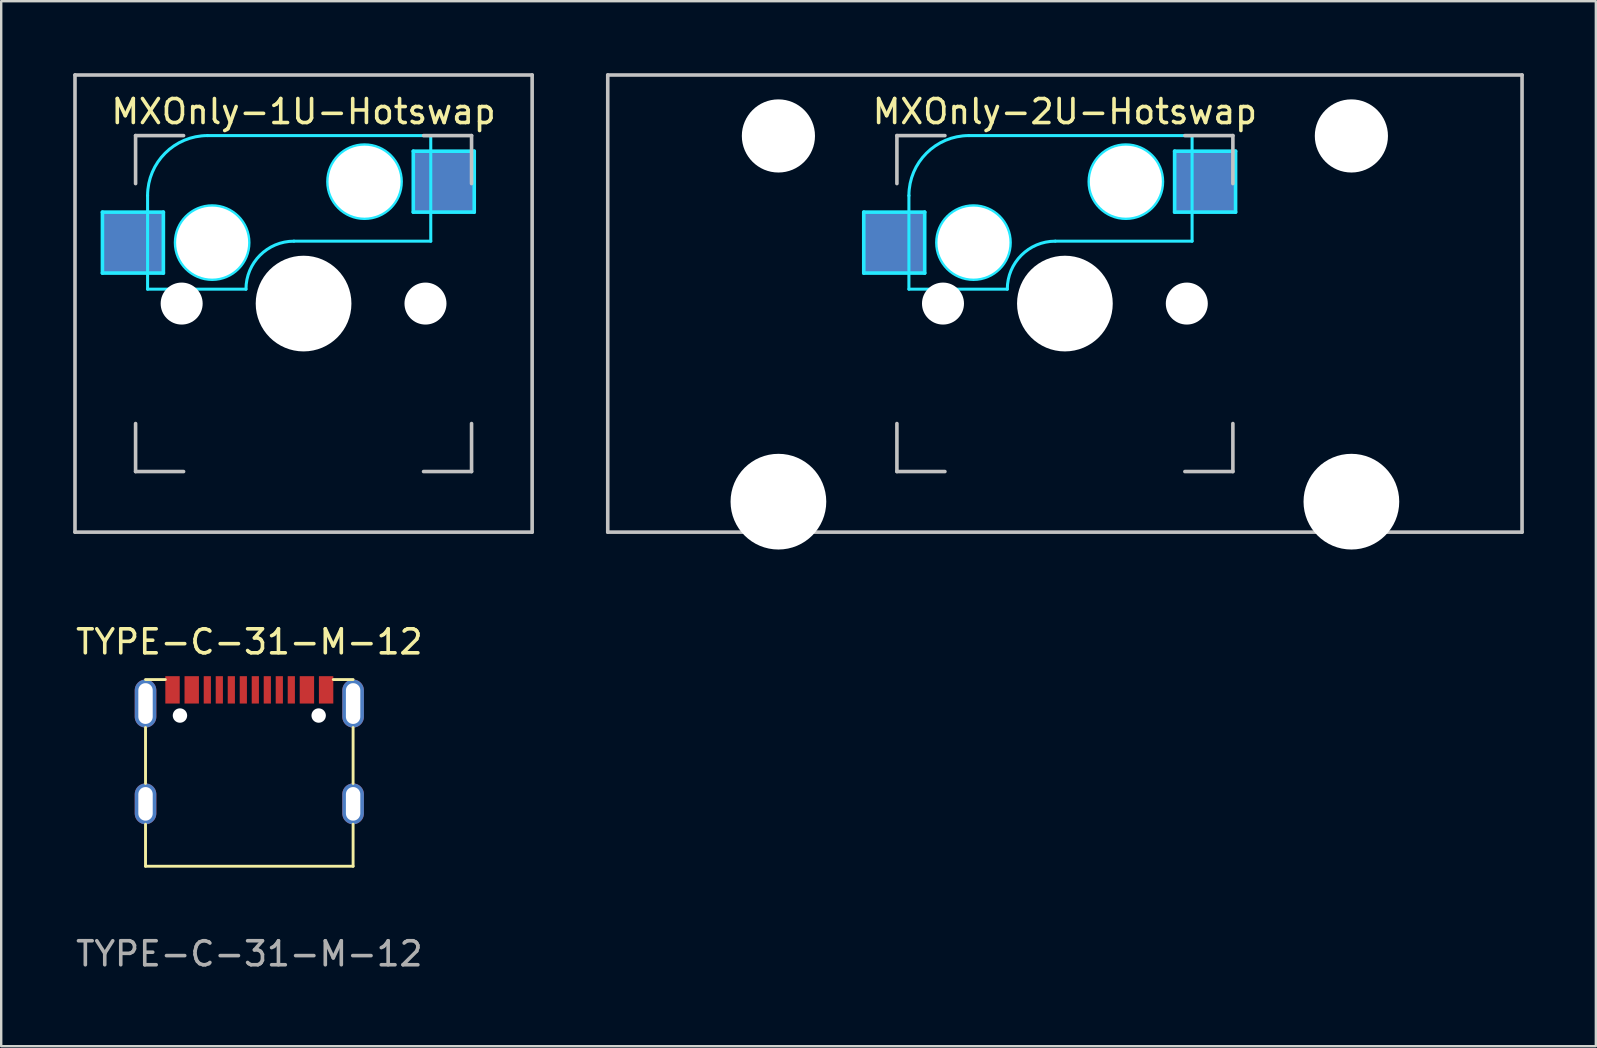
<source format=kicad_pcb>
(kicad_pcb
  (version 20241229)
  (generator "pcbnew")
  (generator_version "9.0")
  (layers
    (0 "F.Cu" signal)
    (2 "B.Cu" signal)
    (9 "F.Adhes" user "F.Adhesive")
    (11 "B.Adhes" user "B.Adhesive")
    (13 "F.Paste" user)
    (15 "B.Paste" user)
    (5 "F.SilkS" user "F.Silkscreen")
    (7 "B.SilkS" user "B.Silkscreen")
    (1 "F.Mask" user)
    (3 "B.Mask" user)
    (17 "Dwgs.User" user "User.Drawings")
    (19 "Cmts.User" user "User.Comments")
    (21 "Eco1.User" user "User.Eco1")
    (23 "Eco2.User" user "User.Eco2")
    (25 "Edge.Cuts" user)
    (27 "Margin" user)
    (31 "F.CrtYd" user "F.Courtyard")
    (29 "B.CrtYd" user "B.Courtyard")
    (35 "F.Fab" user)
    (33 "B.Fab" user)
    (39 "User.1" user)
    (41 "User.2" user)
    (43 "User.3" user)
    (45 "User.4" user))
  (footprint "MXOnly-2U-Hotswap"
    (layer "F.Cu")
    (at 34.24 7.06)
    (property "Reference" "MXOnly-2U-Hotswap" (at 7.085 -5.46 0) (unlocked yes) (layer "F.SilkS") (effects (font (size 1 1) (thickness 0.15))))
    (attr smd)
    (fp_line (start -11.965 -6.985) (end 26.135 -6.985) (stroke (width 0.15) (type solid)) (layer "Dwgs.User"))
    (fp_line (start -11.965 12.065) (end -11.965 -6.985) (stroke (width 0.15) (type solid)) (layer "Dwgs.User"))
    (fp_line (start 0.085 -4.46) (end 0.085 -2.46) (stroke (width 0.15) (type solid)) (layer "Dwgs.User"))
    (fp_line (start 0.085 7.54) (end 0.085 9.54) (stroke (width 0.15) (type solid)) (layer "Dwgs.User"))
    (fp_line (start 0.085 9.54) (end 2.085 9.54) (stroke (width 0.15) (type solid)) (layer "Dwgs.User"))
    (fp_line (start 2.085 -4.46) (end 0.085 -4.46) (stroke (width 0.15) (type solid)) (layer "Dwgs.User"))
    (fp_line (start 12.085 -4.46) (end 14.085 -4.46) (stroke (width 0.15) (type solid)) (layer "Dwgs.User"))
    (fp_line (start 12.085 9.54) (end 14.085 9.54) (stroke (width 0.15) (type solid)) (layer "Dwgs.User"))
    (fp_line (start 14.085 -4.46) (end 14.085 -2.46) (stroke (width 0.15) (type solid)) (layer "Dwgs.User"))
    (fp_line (start 14.085 9.54) (end 14.085 7.54) (stroke (width 0.15) (type solid)) (layer "Dwgs.User"))
    (fp_line (start 26.135 -6.985) (end 26.135 12.065) (stroke (width 0.15) (type solid)) (layer "Dwgs.User"))
    (fp_line (start 26.135 12.065) (end -11.965 12.065) (stroke (width 0.15) (type solid)) (layer "Dwgs.User"))
    (fp_line (start -1.297 -1.27) (end 1.243 -1.27) (stroke (width 0.15) (type solid)) (layer "B.CrtYd"))
    (fp_line (start -1.297 1.27) (end -1.297 -1.27) (stroke (width 0.15) (type solid)) (layer "B.CrtYd"))
    (fp_line (start 0.585 -1.96) (end 0.585 1.94) (stroke (width 0.127) (type solid)) (layer "B.CrtYd"))
    (fp_line (start 0.585 1.94) (end 4.685 1.94) (stroke (width 0.127) (type solid)) (layer "B.CrtYd"))
    (fp_line (start 1.243 -1.27) (end 1.243 1.27) (stroke (width 0.15) (type solid)) (layer "B.CrtYd"))
    (fp_line (start 1.243 1.27) (end -1.297 1.27) (stroke (width 0.15) (type solid)) (layer "B.CrtYd"))
    (fp_line (start 6.685 -0.06) (end 12.385 -0.06) (stroke (width 0.127) (type solid)) (layer "B.CrtYd"))
    (fp_line (start 11.657 -3.81) (end 14.197 -3.81) (stroke (width 0.15) (type solid)) (layer "B.CrtYd"))
    (fp_line (start 11.657 -1.27) (end 11.657 -3.81) (stroke (width 0.15) (type solid)) (layer "B.CrtYd"))
    (fp_line (start 12.385 -4.46) (end 3.085 -4.46) (stroke (width 0.127) (type solid)) (layer "B.CrtYd"))
    (fp_line (start 12.385 -4.46) (end 12.385 -0.06) (stroke (width 0.127) (type solid)) (layer "B.CrtYd"))
    (fp_line (start 14.197 -3.81) (end 14.197 -1.27) (stroke (width 0.15) (type solid)) (layer "B.CrtYd"))
    (fp_line (start 14.197 -1.27) (end 11.657 -1.27) (stroke (width 0.15) (type solid)) (layer "B.CrtYd"))
    (fp_arc (start 0.585 -1.96) (mid 1.317233 -3.727767) (end 3.085 -4.46) (stroke (width 0.127) (type solid)) (layer "B.CrtYd"))
    (fp_arc (start 4.685 1.94) (mid 5.270786 0.525786) (end 6.685 -0.06) (stroke (width 0.127) (type solid)) (layer "B.CrtYd"))
    (fp_circle (center 3.275 0) (end 3.275 -1.524) (stroke (width 0.15) (type solid)) (fill no) (layer "B.CrtYd"))
    (fp_circle (center 9.625 -2.54) (end 9.625 -4.064) (stroke (width 0.15) (type solid)) (fill no) (layer "B.CrtYd"))
    (pad "" np_thru_hole circle (at -4.853 -4.445) (size 3.048 3.048) (drill 3.048) (layers "*.Cu" "*.Mask"))
    (pad "" np_thru_hole circle (at -4.853 10.795) (size 3.988 3.988) (drill 3.988) (layers "*.Cu" "*.Mask"))
    (pad "" np_thru_hole circle (at 2.005 2.54 48.1) (size 1.75 1.75) (drill 1.75) (layers "*.Cu" "*.Mask"))
    (pad "" np_thru_hole circle (at 3.275 0) (size 3 3) (drill 3) (layers "*.Cu" "*.Mask"))
    (pad "" np_thru_hole circle (at 7.085 2.54) (size 3.988 3.988) (drill 3.988) (layers "*.Cu" "*.Mask"))
    (pad "" np_thru_hole circle (at 9.625 -2.54) (size 3 3) (drill 3) (layers "*.Cu" "*.Mask"))
    (pad "" np_thru_hole circle (at 12.165 2.54 48.1) (size 1.75 1.75) (drill 1.75) (layers "*.Cu" "*.Mask"))
    (pad "" np_thru_hole circle (at 19.023 -4.445) (size 3.048 3.048) (drill 3.048) (layers "*.Cu" "*.Mask"))
    (pad "" np_thru_hole circle (at 19.023 10.795) (size 3.988 3.988) (drill 3.988) (layers "*.Cu" "*.Mask"))
    (pad "1" smd rect (at 0 0) (size 2.55 2.5) (layers "B.Cu" "B.Mask" "B.Paste"))
    (pad "2" smd rect (at 12.927 -2.54) (size 2.55 2.5) (layers "B.Cu" "B.Mask" "B.Paste")))
  (footprint "TYPE-C-31-M-12"
    (layer "F.Cu")
    (at 7.339 25.697)
    (property "Reference" "TYPE-C-31-M-12" (at 0 -2 0) (unlocked yes) (layer "F.SilkS") (effects (font (size 1 1) (thickness 0.15))))
    (attr smd)
    (fp_line (start -4.325 -0.43) (end -3.5 -0.43) (stroke (width 0.12) (type solid)) (layer "F.SilkS"))
    (fp_line (start -4.325 1.57) (end -4.325 3.9) (stroke (width 0.12) (type solid)) (layer "F.SilkS"))
    (fp_line (start -4.325 5.6) (end -4.325 7.35) (stroke (width 0.12) (type solid)) (layer "F.SilkS"))
    (fp_line (start -4.325 7.35) (end 4.325 7.35) (stroke (width 0.12) (type solid)) (layer "F.SilkS"))
    (fp_line (start 4.325 -0.43) (end 3.5 -0.43) (stroke (width 0.12) (type solid)) (layer "F.SilkS"))
    (fp_line (start 4.325 1.57) (end 4.325 3.9) (stroke (width 0.12) (type solid)) (layer "F.SilkS"))
    (fp_line (start 4.325 7.35) (end 4.325 5.6) (stroke (width 0.12) (type solid)) (layer "F.SilkS"))
    (fp_text user "${REFERENCE}" (at 0 11 0) (unlocked yes) (layer "F.Fab") (effects (font (size 1 1) (thickness 0.15))))
    (pad "" np_thru_hole circle (at -2.89 1.07) (size 0.6 0.6) (drill 0.6) (layers "*.Cu" "*.Mask"))
    (pad "" np_thru_hole circle (at 2.89 1.07) (size 0.6 0.6) (drill 0.6) (layers "*.Cu" "*.Mask"))
    (pad "A1/B12" smd rect (at -3.2 0 180) (size 0.6 1.14) (layers "F.Cu" "F.Mask" "F.Paste"))
    (pad "A4/B9" smd rect (at -2.4 0 180) (size 0.6 1.14) (layers "F.Cu" "F.Mask" "F.Paste"))
    (pad "A5" smd rect (at -1.25 0 180) (size 0.3 1.14) (layers "F.Cu" "F.Mask" "F.Paste"))
    (pad "A6" smd rect (at -0.25 0 180) (size 0.3 1.14) (layers "F.Cu" "F.Mask" "F.Paste"))
    (pad "A7" smd rect (at 0.25 0 180) (size 0.3 1.14) (layers "F.Cu" "F.Mask" "F.Paste"))
    (pad "A8" smd rect (at 1.25 0 180) (size 0.3 1.14) (layers "F.Cu" "F.Mask" "F.Paste"))
    (pad "B1/A12" smd rect (at 3.2 0 180) (size 0.6 1.14) (layers "F.Cu" "F.Mask" "F.Paste"))
    (pad "B4" smd rect (at 1.75 0 180) (size 0.3 1.14) (layers "F.Cu" "F.Mask" "F.Paste"))
    (pad "B4/A9" smd rect (at 2.4 0 180) (size 0.6 1.14) (layers "F.Cu" "F.Mask" "F.Paste"))
    (pad "B6" smd rect (at 0.75 0 180) (size 0.3 1.14) (layers "F.Cu" "F.Mask" "F.Paste"))
    (pad "B7" smd rect (at -0.75 0 180) (size 0.3 1.14) (layers "F.Cu" "F.Mask" "F.Paste"))
    (pad "B8" smd rect (at -1.75 0 180) (size 0.3 1.14) (layers "F.Cu" "F.Mask" "F.Paste"))
    (pad "MP" thru_hole oval (at -4.325 0.57) (size 0.9 2) (drill oval 0.6 1.7) (layers "*.Cu" "*.Mask"))
    (pad "MP" thru_hole oval (at -4.325 4.75) (size 0.9 1.7) (drill oval 0.6 1.4) (layers "*.Cu" "*.Mask"))
    (pad "MP" thru_hole oval (at 4.325 0.57) (size 0.9 2) (drill oval 0.6 1.7) (layers "*.Cu" "*.Mask"))
    (pad "MP" thru_hole oval (at 4.325 4.75) (size 0.9 1.7) (drill oval 0.6 1.4) (layers "*.Cu" "*.Mask")))
  (footprint "MXOnly-1U-Hotswap"
    (layer "F.Cu")
    (at 2.485 7.06)
    (property "Reference" "MXOnly-1U-Hotswap" (at 7.115 -5.46 0) (unlocked yes) (layer "F.SilkS") (effects (font (size 1 1) (thickness 0.15))))
    (attr through_hole)
    (fp_line (start -2.41 -6.985) (end 16.64 -6.985) (stroke (width 0.15) (type solid)) (layer "Dwgs.User"))
    (fp_line (start -2.41 12.065) (end -2.41 -6.985) (stroke (width 0.15) (type solid)) (layer "Dwgs.User"))
    (fp_line (start 0.115 -4.46) (end 0.115 -2.46) (stroke (width 0.15) (type solid)) (layer "Dwgs.User"))
    (fp_line (start 0.115 7.54) (end 0.115 9.54) (stroke (width 0.15) (type solid)) (layer "Dwgs.User"))
    (fp_line (start 0.115 9.54) (end 2.115 9.54) (stroke (width 0.15) (type solid)) (layer "Dwgs.User"))
    (fp_line (start 2.115 -4.46) (end 0.115 -4.46) (stroke (width 0.15) (type solid)) (layer "Dwgs.User"))
    (fp_line (start 12.115 -4.46) (end 14.115 -4.46) (stroke (width 0.15) (type solid)) (layer "Dwgs.User"))
    (fp_line (start 12.115 9.54) (end 14.115 9.54) (stroke (width 0.15) (type solid)) (layer "Dwgs.User"))
    (fp_line (start 14.115 -4.46) (end 14.115 -2.46) (stroke (width 0.15) (type solid)) (layer "Dwgs.User"))
    (fp_line (start 14.115 9.54) (end 14.115 7.54) (stroke (width 0.15) (type solid)) (layer "Dwgs.User"))
    (fp_line (start 16.64 -6.985) (end 16.64 12.065) (stroke (width 0.15) (type solid)) (layer "Dwgs.User"))
    (fp_line (start 16.64 12.065) (end -2.41 12.065) (stroke (width 0.15) (type solid)) (layer "Dwgs.User"))
    (fp_line (start -1.267 -1.27) (end -1.267 1.27) (stroke (width 0.15) (type solid)) (layer "B.CrtYd"))
    (fp_line (start -1.267 1.27) (end 1.273 1.27) (stroke (width 0.15) (type solid)) (layer "B.CrtYd"))
    (fp_line (start 0.615 -1.96) (end 0.615 1.94) (stroke (width 0.127) (type solid)) (layer "B.CrtYd"))
    (fp_line (start 0.615 1.94) (end 4.715 1.94) (stroke (width 0.127) (type solid)) (layer "B.CrtYd"))
    (fp_line (start 1.273 -1.27) (end -1.267 -1.27) (stroke (width 0.15) (type solid)) (layer "B.CrtYd"))
    (fp_line (start 1.273 1.27) (end 1.273 -1.27) (stroke (width 0.15) (type solid)) (layer "B.CrtYd"))
    (fp_line (start 6.715 -0.06) (end 12.415 -0.06) (stroke (width 0.127) (type solid)) (layer "B.CrtYd"))
    (fp_line (start 11.687 -3.81) (end 14.227 -3.81) (stroke (width 0.15) (type solid)) (layer "B.CrtYd"))
    (fp_line (start 11.687 -1.27) (end 11.687 -3.81) (stroke (width 0.15) (type solid)) (layer "B.CrtYd"))
    (fp_line (start 12.415 -4.46) (end 3.115 -4.46) (stroke (width 0.127) (type solid)) (layer "B.CrtYd"))
    (fp_line (start 12.415 -4.46) (end 12.415 -0.06) (stroke (width 0.127) (type solid)) (layer "B.CrtYd"))
    (fp_line (start 14.227 -3.81) (end 14.227 -1.27) (stroke (width 0.15) (type solid)) (layer "B.CrtYd"))
    (fp_line (start 14.227 -1.27) (end 11.687 -1.27) (stroke (width 0.15) (type solid)) (layer "B.CrtYd"))
    (fp_arc (start 0.615 -1.96) (mid 1.347233 -3.727767) (end 3.115 -4.46) (stroke (width 0.127) (type solid)) (layer "B.CrtYd"))
    (fp_arc (start 4.715 1.94) (mid 5.300786 0.525786) (end 6.715 -0.06) (stroke (width 0.127) (type solid)) (layer "B.CrtYd"))
    (fp_circle (center 3.305 0) (end 3.305 -1.524) (stroke (width 0.15) (type solid)) (fill no) (layer "B.CrtYd"))
    (fp_circle (center 9.655 -2.54) (end 9.655 -4.064) (stroke (width 0.15) (type solid)) (fill no) (layer "B.CrtYd"))
    (pad "" np_thru_hole circle (at 2.035 2.54 48.1) (size 1.75 1.75) (drill 1.75) (layers "*.Cu" "*.Mask"))
    (pad "" np_thru_hole circle (at 3.305 0) (size 3 3) (drill 3) (layers "*.Cu" "*.Mask"))
    (pad "" np_thru_hole circle (at 7.115 2.54) (size 3.988 3.988) (drill 3.988) (layers "*.Cu" "*.Mask"))
    (pad "" np_thru_hole circle (at 9.655 -2.54) (size 3 3) (drill 3) (layers "*.Cu" "*.Mask"))
    (pad "" np_thru_hole circle (at 12.195 2.54 48.1) (size 1.75 1.75) (drill 1.75) (layers "*.Cu" "*.Mask"))
    (pad "1" smd rect (at 0.03 0) (size 2.55 2.5) (layers "B.Cu" "B.Mask" "B.Paste"))
    (pad "2" smd rect (at 12.957 -2.54) (size 2.55 2.5) (layers "B.Cu" "B.Mask" "B.Paste")))
  (gr_rect
    (start -3 -3)
    (end 63.45 40.545)
    (stroke (width 0.1) (type default))
    (fill no)
    (layer "Edge.Cuts")))
</source>
